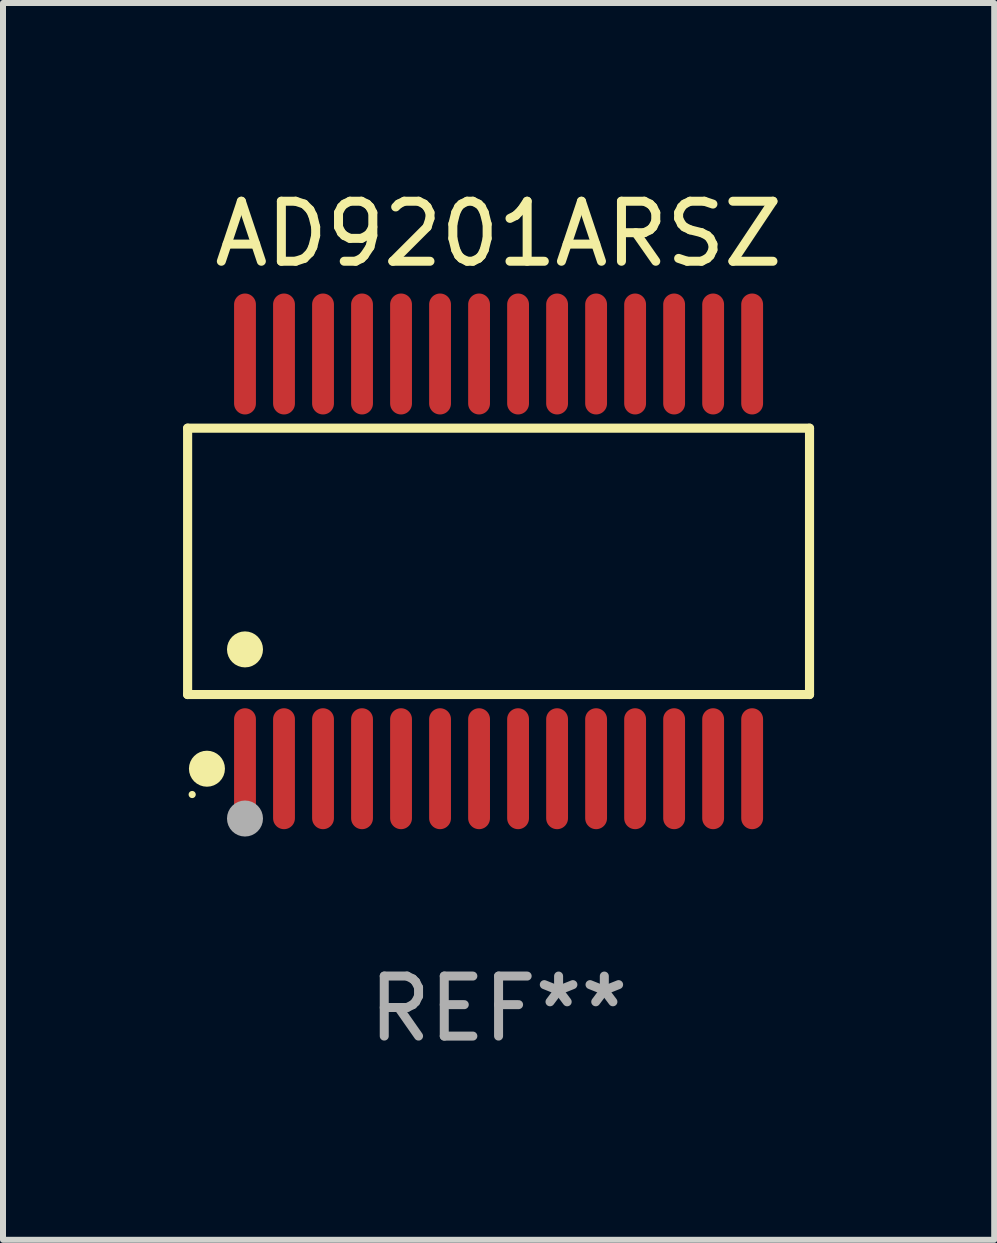
<source format=kicad_pcb>
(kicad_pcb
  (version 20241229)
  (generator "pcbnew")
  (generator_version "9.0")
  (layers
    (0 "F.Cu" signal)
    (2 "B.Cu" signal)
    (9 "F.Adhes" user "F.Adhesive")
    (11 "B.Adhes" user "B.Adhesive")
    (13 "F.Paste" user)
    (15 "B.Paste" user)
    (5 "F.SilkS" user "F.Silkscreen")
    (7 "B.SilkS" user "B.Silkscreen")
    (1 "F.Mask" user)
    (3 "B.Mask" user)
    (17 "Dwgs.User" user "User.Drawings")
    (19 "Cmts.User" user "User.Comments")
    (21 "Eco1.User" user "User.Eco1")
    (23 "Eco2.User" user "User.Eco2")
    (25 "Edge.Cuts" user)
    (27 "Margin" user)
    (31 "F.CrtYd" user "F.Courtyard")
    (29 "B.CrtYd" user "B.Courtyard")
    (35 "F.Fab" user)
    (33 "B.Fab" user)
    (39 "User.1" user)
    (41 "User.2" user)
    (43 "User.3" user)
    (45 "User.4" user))
  (footprint "AD9201ARSZ"
    (layer "F.Cu")
    (at 5.257 6.303)
    (property "Reference" "AD9201ARSZ" (at 0 -5.455 0) (layer "F.SilkS") (effects (font (size 1 1) (thickness 0.15))))
    (attr through_hole)
    (fp_line (start -5.181 -2.219) (end 5.181 -2.219) (stroke (width 0.152) (type solid)) (layer "F.SilkS"))
    (fp_line (start -5.181 2.219) (end -5.181 -2.219) (stroke (width 0.152) (type solid)) (layer "F.SilkS"))
    (fp_line (start 5.181 -2.219) (end 5.181 2.219) (stroke (width 0.152) (type solid)) (layer "F.SilkS"))
    (fp_line (start 5.181 2.219) (end -5.181 2.219) (stroke (width 0.152) (type solid)) (layer "F.SilkS"))
    (fp_circle (center -5.105 3.885) (end -5.075 3.885) (stroke (width 0.06) (type solid)) (fill no) (layer "F.SilkS"))
    (fp_circle (center -4.859 3.455) (end -4.709 3.455) (stroke (width 0.3) (type solid)) (fill no) (layer "F.SilkS"))
    (fp_circle (center -4.225 1.467) (end -4.075 1.467) (stroke (width 0.3) (type solid)) (fill no) (layer "F.SilkS"))
    (fp_circle (center -4.225 4.285) (end -4.075 4.285) (stroke (width 0.3) (type solid)) (fill no) (layer "F.Fab"))
    (fp_text user "REF**" (at 0 7.455 0) (layer "F.Fab") (effects (font (size 1 1) (thickness 0.15))))
    (pad "1" smd oval (at -4.225 3.455) (size 0.364 2.015) (layers "F.Cu" "F.Mask" "F.Paste"))
    (pad "2" smd oval (at -3.575 3.455) (size 0.364 2.015) (layers "F.Cu" "F.Mask" "F.Paste"))
    (pad "3" smd oval (at -2.925 3.455) (size 0.364 2.015) (layers "F.Cu" "F.Mask" "F.Paste"))
    (pad "4" smd oval (at -2.275 3.455) (size 0.364 2.015) (layers "F.Cu" "F.Mask" "F.Paste"))
    (pad "5" smd oval (at -1.625 3.455) (size 0.364 2.015) (layers "F.Cu" "F.Mask" "F.Paste"))
    (pad "6" smd oval (at -0.975 3.455) (size 0.364 2.015) (layers "F.Cu" "F.Mask" "F.Paste"))
    (pad "7" smd oval (at -0.325 3.455) (size 0.364 2.015) (layers "F.Cu" "F.Mask" "F.Paste"))
    (pad "8" smd oval (at 0.325 3.455) (size 0.364 2.015) (layers "F.Cu" "F.Mask" "F.Paste"))
    (pad "9" smd oval (at 0.975 3.455) (size 0.364 2.015) (layers "F.Cu" "F.Mask" "F.Paste"))
    (pad "10" smd oval (at 1.625 3.455) (size 0.364 2.015) (layers "F.Cu" "F.Mask" "F.Paste"))
    (pad "11" smd oval (at 2.275 3.455) (size 0.364 2.015) (layers "F.Cu" "F.Mask" "F.Paste"))
    (pad "12" smd oval (at 2.925 3.455) (size 0.364 2.015) (layers "F.Cu" "F.Mask" "F.Paste"))
    (pad "13" smd oval (at 3.575 3.455) (size 0.364 2.015) (layers "F.Cu" "F.Mask" "F.Paste"))
    (pad "14" smd oval (at 4.225 3.455) (size 0.364 2.015) (layers "F.Cu" "F.Mask" "F.Paste"))
    (pad "15" smd oval (at 4.225 -3.455) (size 0.364 2.015) (layers "F.Cu" "F.Mask" "F.Paste"))
    (pad "16" smd oval (at 3.575 -3.455) (size 0.364 2.015) (layers "F.Cu" "F.Mask" "F.Paste"))
    (pad "17" smd oval (at 2.925 -3.455) (size 0.364 2.015) (layers "F.Cu" "F.Mask" "F.Paste"))
    (pad "18" smd oval (at 2.275 -3.455) (size 0.364 2.015) (layers "F.Cu" "F.Mask" "F.Paste"))
    (pad "19" smd oval (at 1.625 -3.455) (size 0.364 2.015) (layers "F.Cu" "F.Mask" "F.Paste"))
    (pad "20" smd oval (at 0.975 -3.455) (size 0.364 2.015) (layers "F.Cu" "F.Mask" "F.Paste"))
    (pad "21" smd oval (at 0.325 -3.455) (size 0.364 2.015) (layers "F.Cu" "F.Mask" "F.Paste"))
    (pad "22" smd oval (at -0.325 -3.455) (size 0.364 2.015) (layers "F.Cu" "F.Mask" "F.Paste"))
    (pad "23" smd oval (at -0.975 -3.455) (size 0.364 2.015) (layers "F.Cu" "F.Mask" "F.Paste"))
    (pad "24" smd oval (at -1.625 -3.455) (size 0.364 2.015) (layers "F.Cu" "F.Mask" "F.Paste"))
    (pad "25" smd oval (at -2.275 -3.455) (size 0.364 2.015) (layers "F.Cu" "F.Mask" "F.Paste"))
    (pad "26" smd oval (at -2.925 -3.455) (size 0.364 2.015) (layers "F.Cu" "F.Mask" "F.Paste"))
    (pad "27" smd oval (at -3.575 -3.455) (size 0.364 2.015) (layers "F.Cu" "F.Mask" "F.Paste"))
    (pad "28" smd oval (at -4.225 -3.455) (size 0.364 2.015) (layers "F.Cu" "F.Mask" "F.Paste")))
  (gr_rect
    (start -3 -3)
    (end 13.515 17.607)
    (stroke (width 0.1) (type default))
    (fill no)
    (layer "Edge.Cuts")))
</source>
